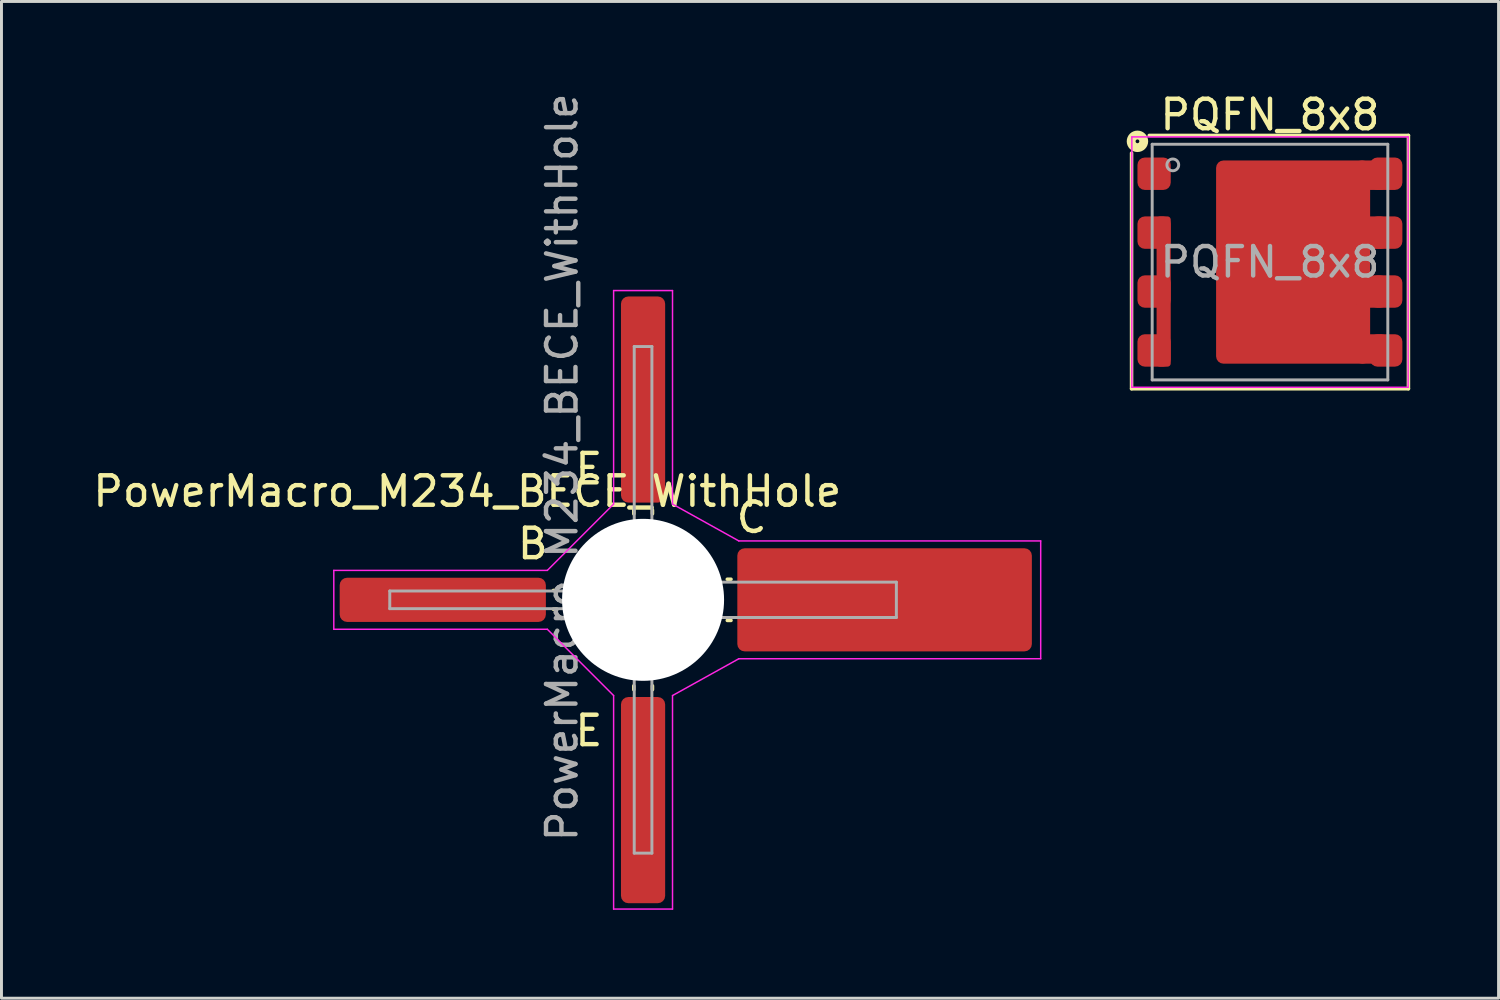
<source format=kicad_pcb>
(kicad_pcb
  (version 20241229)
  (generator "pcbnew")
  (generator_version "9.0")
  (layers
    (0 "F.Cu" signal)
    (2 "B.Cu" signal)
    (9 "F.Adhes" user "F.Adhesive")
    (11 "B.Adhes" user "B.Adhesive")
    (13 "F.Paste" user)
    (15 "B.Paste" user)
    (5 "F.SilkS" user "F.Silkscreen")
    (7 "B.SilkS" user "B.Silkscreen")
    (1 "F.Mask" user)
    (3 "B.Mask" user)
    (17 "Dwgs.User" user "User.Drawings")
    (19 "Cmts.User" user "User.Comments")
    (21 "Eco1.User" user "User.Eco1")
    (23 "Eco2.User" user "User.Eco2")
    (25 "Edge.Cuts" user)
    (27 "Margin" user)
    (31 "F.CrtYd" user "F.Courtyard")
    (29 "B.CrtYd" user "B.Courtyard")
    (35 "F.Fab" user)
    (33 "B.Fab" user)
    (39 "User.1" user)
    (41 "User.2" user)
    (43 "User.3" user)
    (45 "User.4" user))
  (footprint "PowerMacro_M234_BECE_WithHole"
    (layer "F.Cu")
    (at 19.483 17.315)
    (property "Reference" "PowerMacro_M234_BECE_WithHole" (at -6.668 -3.683 180) (layer "F.SilkS") (effects (font (size 1 1) (thickness 0.15))))
    (attr smd)
    (fp_line (start -3.619 -0.318) (end -3.747 -0.318) (stroke (width 0.12) (type solid)) (layer "F.SilkS"))
    (fp_line (start -3.619 0.318) (end -3.747 0.318) (stroke (width 0.12) (type solid)) (layer "F.SilkS"))
    (fp_line (start -1.016 -2.921) (end -1.016 -3.048) (stroke (width 0.12) (type solid)) (layer "F.SilkS"))
    (fp_line (start -1.016 2.921) (end -1.016 3.048) (stroke (width 0.12) (type solid)) (layer "F.SilkS"))
    (fp_line (start -0.381 -2.921) (end -0.381 -3.048) (stroke (width 0.12) (type solid)) (layer "F.SilkS"))
    (fp_line (start -0.381 2.921) (end -0.381 3.048) (stroke (width 0.12) (type solid)) (layer "F.SilkS"))
    (fp_line (start 2.159 -0.699) (end 2.286 -0.699) (stroke (width 0.12) (type solid)) (layer "F.SilkS"))
    (fp_line (start 2.159 0.699) (end 2.286 0.699) (stroke (width 0.12) (type solid)) (layer "F.SilkS"))
    (fp_line (start -11.2 -1) (end -11.2 1) (stroke (width 0.05) (type solid)) (layer "F.CrtYd"))
    (fp_line (start -11.2 1) (end -3.95 1) (stroke (width 0.05) (type solid)) (layer "F.CrtYd"))
    (fp_line (start -3.95 -1) (end -11.2 -1) (stroke (width 0.05) (type solid)) (layer "F.CrtYd"))
    (fp_line (start -3.95 1) (end -1.7 3.25) (stroke (width 0.05) (type solid)) (layer "F.CrtYd"))
    (fp_line (start -1.7 -10.5) (end -1.7 -3.25) (stroke (width 0.05) (type solid)) (layer "F.CrtYd"))
    (fp_line (start -1.7 -3.25) (end -3.95 -1) (stroke (width 0.05) (type solid)) (layer "F.CrtYd"))
    (fp_line (start -1.7 3.25) (end -1.7 10.5) (stroke (width 0.05) (type solid)) (layer "F.CrtYd"))
    (fp_line (start -1.7 10.5) (end 0.3 10.5) (stroke (width 0.05) (type solid)) (layer "F.CrtYd"))
    (fp_line (start 0.3 -10.5) (end -1.7 -10.5) (stroke (width 0.05) (type solid)) (layer "F.CrtYd"))
    (fp_line (start 0.3 -3.25) (end 0.3 -10.5) (stroke (width 0.05) (type solid)) (layer "F.CrtYd"))
    (fp_line (start 0.3 3.25) (end 2.55 2) (stroke (width 0.05) (type solid)) (layer "F.CrtYd"))
    (fp_line (start 0.3 10.5) (end 0.3 3.25) (stroke (width 0.05) (type solid)) (layer "F.CrtYd"))
    (fp_line (start 2.55 -2) (end 0.3 -3.25) (stroke (width 0.05) (type solid)) (layer "F.CrtYd"))
    (fp_line (start 2.55 2) (end 12.8 2) (stroke (width 0.05) (type solid)) (layer "F.CrtYd"))
    (fp_line (start 12.8 -2) (end 2.55 -2) (stroke (width 0.05) (type solid)) (layer "F.CrtYd"))
    (fp_line (start 12.8 2) (end 12.8 -2) (stroke (width 0.05) (type solid)) (layer "F.CrtYd"))
    (fp_line (start -9.3 -0.3) (end -9.3 0.3) (stroke (width 0.1) (type solid)) (layer "F.Fab"))
    (fp_line (start -9.3 0.3) (end -3.3 0.3) (stroke (width 0.1) (type solid)) (layer "F.Fab"))
    (fp_line (start -3.3 -0.3) (end -9.3 -0.3) (stroke (width 0.1) (type solid)) (layer "F.Fab"))
    (fp_line (start -1 -8.6) (end -1 -2.6) (stroke (width 0.1) (type solid)) (layer "F.Fab"))
    (fp_line (start -1 2.6) (end -1 8.6) (stroke (width 0.1) (type solid)) (layer "F.Fab"))
    (fp_line (start -1 8.6) (end -0.4 8.6) (stroke (width 0.1) (type solid)) (layer "F.Fab"))
    (fp_line (start -0.4 -8.6) (end -1 -8.6) (stroke (width 0.1) (type solid)) (layer "F.Fab"))
    (fp_line (start -0.4 -2.6) (end -0.4 -8.6) (stroke (width 0.1) (type solid)) (layer "F.Fab"))
    (fp_line (start -0.4 8.6) (end -0.4 2.6) (stroke (width 0.1) (type solid)) (layer "F.Fab"))
    (fp_line (start 1.8 0.6) (end 7.9 0.6) (stroke (width 0.1) (type solid)) (layer "F.Fab"))
    (fp_line (start 7.9 -0.6) (end 1.8 -0.6) (stroke (width 0.1) (type solid)) (layer "F.Fab"))
    (fp_line (start 7.9 0.6) (end 7.9 -0.6) (stroke (width 0.1) (type solid)) (layer "F.Fab"))
    (fp_circle (center -0.7 0) (end -0.7 -2.55) (stroke (width 0.1) (type solid)) (fill no) (layer "F.Fab"))
    (fp_text user "E" (at -2.54 4.445 0) (layer "F.SilkS") (effects (font (size 1 1) (thickness 0.15))))
    (fp_text user "C" (at 2.985 -2.794 0) (layer "F.SilkS") (effects (font (size 1 1) (thickness 0.15))))
    (fp_text user "B" (at -4.445 -1.905 0) (layer "F.SilkS") (effects (font (size 1 1) (thickness 0.15))))
    (fp_text user "E" (at -2.54 -4.445 0) (layer "F.SilkS") (effects (font (size 1 1) (thickness 0.15))))
    (fp_text user "${REFERENCE}" (at -3.45 -4.5 90) (layer "F.Fab") (effects (font (size 1 1) (thickness 0.15))))
    (pad "" np_thru_hole circle (at -0.7 0 90) (size 5.5 5.5) (drill 5.5) (layers "*.Cu" "*.Mask"))
    (pad "1" smd roundrect (at -7.5 0 90) (size 1.5 7) (layers "F.Cu" "F.Mask" "F.Paste") (roundrect_rratio 0.167))
    (pad "2" smd roundrect (at -0.7 6.8 90) (size 7 1.5) (layers "F.Cu" "F.Mask" "F.Paste") (roundrect_rratio 0.167))
    (pad "3" smd roundrect (at 7.5 0 90) (size 3.5 10) (layers "F.Cu" "F.Mask" "F.Paste") (roundrect_rratio 0.071))
    (pad "4" smd roundrect (at -0.7 -6.8 90) (size 7 1.5) (layers "F.Cu" "F.Mask" "F.Paste") (roundrect_rratio 0.167)))
  (footprint "PQFN_8x8"
    (layer "F.Cu")
    (at 40.068 5.848)
    (property "Reference" "PQFN_8x8" (at 0 -5 0) (layer "F.SilkS") (effects (font (size 1 1) (thickness 0.15))))
    (attr smd)
    (fp_line (start -4.7 -3.7) (end -4.7 4.3) (stroke (width 0.12) (type solid)) (layer "F.SilkS"))
    (fp_line (start -4.7 4.3) (end 4.7 4.3) (stroke (width 0.12) (type solid)) (layer "F.SilkS"))
    (fp_line (start 4.7 -4.3) (end -4.1 -4.3) (stroke (width 0.12) (type solid)) (layer "F.SilkS"))
    (fp_line (start 4.7 4.3) (end 4.7 -4.3) (stroke (width 0.12) (type solid)) (layer "F.SilkS"))
    (fp_circle (center -4.5 -4.1) (end -4.436 -4.1) (stroke (width 0.3) (type solid)) (fill no) (layer "F.SilkS"))
    (fp_line (start -4.69 -4.25) (end 4.69 -4.25) (stroke (width 0.05) (type solid)) (layer "F.CrtYd"))
    (fp_line (start -4.69 4.25) (end -4.69 -4.25) (stroke (width 0.05) (type solid)) (layer "F.CrtYd"))
    (fp_line (start 4.69 -4.25) (end 4.69 4.25) (stroke (width 0.05) (type solid)) (layer "F.CrtYd"))
    (fp_line (start 4.69 4.25) (end -4.69 4.25) (stroke (width 0.05) (type solid)) (layer "F.CrtYd"))
    (fp_line (start -4 -4) (end 4 -4) (stroke (width 0.1) (type solid)) (layer "F.Fab"))
    (fp_line (start -4 4) (end -4 -4) (stroke (width 0.1) (type solid)) (layer "F.Fab"))
    (fp_line (start 4 -4) (end 4 4) (stroke (width 0.1) (type solid)) (layer "F.Fab"))
    (fp_line (start 4 4) (end -4 4) (stroke (width 0.1) (type solid)) (layer "F.Fab"))
    (fp_circle (center -3.3 -3.3) (end -3.1 -3.3) (stroke (width 0.1) (type solid)) (fill no) (layer "F.Fab"))
    (fp_text user "${REFERENCE}" (at 0 0 0) (layer "F.Fab") (effects (font (size 1 1) (thickness 0.15))))
    (pad "" smd roundrect (at -0.935 -2.55) (size 1.3 1.4) (layers "F.Paste") (roundrect_rratio 0.167))
    (pad "" smd roundrect (at -0.935 -0.85) (size 1.3 1.4) (layers "F.Paste") (roundrect_rratio 0.167))
    (pad "" smd roundrect (at -0.935 0.85) (size 1.3 1.4) (layers "F.Paste") (roundrect_rratio 0.167))
    (pad "" smd roundrect (at -0.935 2.55) (size 1.3 1.4) (layers "F.Paste") (roundrect_rratio 0.167))
    (pad "" smd roundrect (at 0.665 -2.55) (size 1.3 1.4) (layers "F.Paste") (roundrect_rratio 0.167))
    (pad "" smd roundrect (at 0.665 -0.85) (size 1.3 1.4) (layers "F.Paste") (roundrect_rratio 0.167))
    (pad "" smd roundrect (at 0.665 0.85) (size 1.3 1.4) (layers "F.Paste") (roundrect_rratio 0.167))
    (pad "" smd roundrect (at 0.665 2.55) (size 1.3 1.4) (layers "F.Paste") (roundrect_rratio 0.167))
    (pad "" smd roundrect (at 2.265 -2.55) (size 1.3 1.4) (layers "F.Paste") (roundrect_rratio 0.167))
    (pad "" smd roundrect (at 2.265 -0.85) (size 1.3 1.4) (layers "F.Paste") (roundrect_rratio 0.167))
    (pad "" smd roundrect (at 2.265 0.85) (size 1.3 1.4) (layers "F.Paste") (roundrect_rratio 0.167))
    (pad "" smd roundrect (at 2.265 2.55) (size 1.3 1.4) (layers "F.Paste") (roundrect_rratio 0.167))
    (pad "1" smd roundrect (at -3.935 -3) (size 1.13 1.1) (layers "F.Cu" "F.Mask" "F.Paste") (roundrect_rratio 0.227))
    (pad "2" smd roundrect (at -3.935 -1) (size 1.13 1.1) (layers "F.Cu" "F.Mask" "F.Paste") (roundrect_rratio 0.227))
    (pad "2" smd roundrect (at -3.935 1) (size 1.13 1.1) (layers "F.Cu" "F.Mask" "F.Paste") (roundrect_rratio 0.227))
    (pad "2" smd roundrect (at -3.935 3) (size 1.13 1.1) (layers "F.Cu" "F.Mask" "F.Paste") (roundrect_rratio 0.227))
    (pad "2" smd roundrect (at -3.61 1) (size 0.48 5.1) (layers "F.Cu" "F.Mask") (roundrect_rratio 0.227))
    (pad "3" smd roundrect (at 0.785 0 90) (size 6.9 5.23) (layers "F.Cu" "F.Mask") (roundrect_rratio 0.048))
    (pad "3" smd roundrect (at 3.425 -2.95) (size 1.1 1) (layers "F.Cu" "F.Mask") (roundrect_rratio 0.227))
    (pad "3" smd roundrect (at 3.445 1) (size 1.1 1.1) (layers "F.Cu" "F.Mask") (roundrect_rratio 0.227))
    (pad "3" smd roundrect (at 3.455 2.95) (size 1.1 1) (layers "F.Cu" "F.Mask") (roundrect_rratio 0.227))
    (pad "3" smd roundrect (at 3.465 -1) (size 1.1 1.1) (layers "F.Cu" "F.Mask") (roundrect_rratio 0.227))
    (pad "3" smd roundrect (at 3.945 -3) (size 1.1 1.1) (layers "F.Cu" "F.Mask" "F.Paste") (roundrect_rratio 0.227))
    (pad "3" smd roundrect (at 3.945 -1) (size 1.1 1.1) (layers "F.Cu" "F.Mask" "F.Paste") (roundrect_rratio 0.227))
    (pad "3" smd roundrect (at 3.945 1) (size 1.1 1.1) (layers "F.Cu" "F.Mask" "F.Paste") (roundrect_rratio 0.227))
    (pad "3" smd roundrect (at 3.945 3) (size 1.1 1.1) (layers "F.Cu" "F.Mask" "F.Paste") (roundrect_rratio 0.227)))
  (gr_rect
    (start -3 -3)
    (end 47.828 30.84)
    (stroke (width 0.1) (type default))
    (fill no)
    (layer "Edge.Cuts")))
</source>
